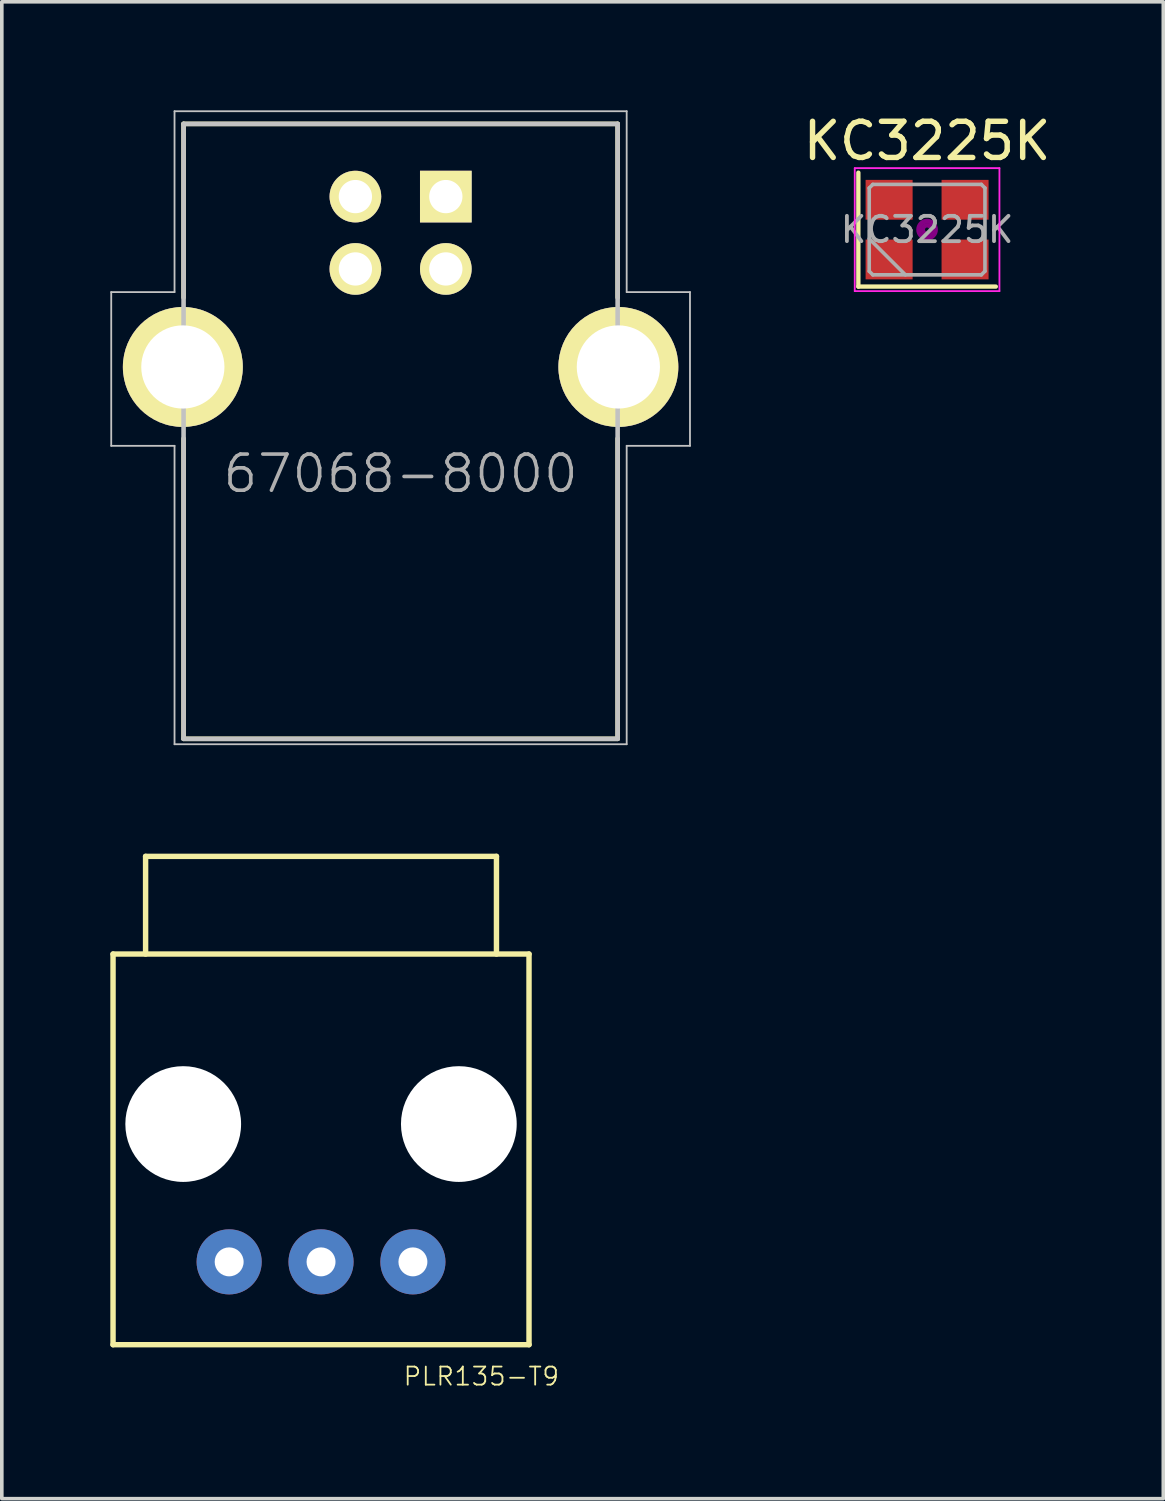
<source format=kicad_pcb>
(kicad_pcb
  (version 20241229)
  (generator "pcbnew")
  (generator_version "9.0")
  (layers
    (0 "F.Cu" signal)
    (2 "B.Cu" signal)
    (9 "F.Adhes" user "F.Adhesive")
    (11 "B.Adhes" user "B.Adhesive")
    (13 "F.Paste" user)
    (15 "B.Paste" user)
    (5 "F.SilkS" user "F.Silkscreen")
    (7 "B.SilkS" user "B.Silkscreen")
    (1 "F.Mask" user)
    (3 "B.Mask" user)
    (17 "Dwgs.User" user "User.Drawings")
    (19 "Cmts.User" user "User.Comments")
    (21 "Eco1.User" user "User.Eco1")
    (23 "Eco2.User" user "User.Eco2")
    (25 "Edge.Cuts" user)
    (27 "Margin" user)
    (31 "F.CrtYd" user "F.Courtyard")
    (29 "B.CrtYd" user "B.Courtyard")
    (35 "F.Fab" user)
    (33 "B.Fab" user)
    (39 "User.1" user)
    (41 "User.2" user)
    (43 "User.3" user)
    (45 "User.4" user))
  (footprint "KC3225K"
    (layer "F.Cu")
    (at 22.58 3.298)
    (property "Reference" "KC3225K" (at 0 -2.45 0) (layer "F.SilkS") (effects (font (size 1 1) (thickness 0.15))))
    (attr smd)
    (fp_line (start -1.9 -1.575) (end -1.9 1.575) (stroke (width 0.12) (type solid)) (layer "F.SilkS"))
    (fp_line (start -1.9 1.575) (end 1.9 1.575) (stroke (width 0.12) (type solid)) (layer "F.SilkS"))
    (fp_circle (center 0 0) (end 0.058 0) (stroke (width 0.117) (type solid)) (fill no) (layer "F.Adhes"))
    (fp_circle (center 0 0) (end 0.133 0) (stroke (width 0.083) (type solid)) (fill no) (layer "F.Adhes"))
    (fp_circle (center 0 0) (end 0.208 0) (stroke (width 0.083) (type solid)) (fill no) (layer "F.Adhes"))
    (fp_circle (center 0 0) (end 0.25 0) (stroke (width 0.1) (type solid)) (fill no) (layer "F.Adhes"))
    (fp_line (start -2 -1.7) (end -2 1.7) (stroke (width 0.05) (type solid)) (layer "F.CrtYd"))
    (fp_line (start -2 1.7) (end 2 1.7) (stroke (width 0.05) (type solid)) (layer "F.CrtYd"))
    (fp_line (start 2 -1.7) (end -2 -1.7) (stroke (width 0.05) (type solid)) (layer "F.CrtYd"))
    (fp_line (start 2 1.7) (end 2 -1.7) (stroke (width 0.05) (type solid)) (layer "F.CrtYd"))
    (fp_line (start -1.6 -1.15) (end -1.5 -1.25) (stroke (width 0.1) (type solid)) (layer "F.Fab"))
    (fp_line (start -1.6 0.25) (end -0.6 1.25) (stroke (width 0.1) (type solid)) (layer "F.Fab"))
    (fp_line (start -1.6 1.15) (end -1.6 -1.15) (stroke (width 0.1) (type solid)) (layer "F.Fab"))
    (fp_line (start -1.5 -1.25) (end 1.5 -1.25) (stroke (width 0.1) (type solid)) (layer "F.Fab"))
    (fp_line (start -1.5 1.25) (end -1.6 1.15) (stroke (width 0.1) (type solid)) (layer "F.Fab"))
    (fp_line (start 1.5 -1.25) (end 1.6 -1.15) (stroke (width 0.1) (type solid)) (layer "F.Fab"))
    (fp_line (start 1.5 1.25) (end -1.5 1.25) (stroke (width 0.1) (type solid)) (layer "F.Fab"))
    (fp_line (start 1.6 -1.15) (end 1.6 1.15) (stroke (width 0.1) (type solid)) (layer "F.Fab"))
    (fp_line (start 1.6 1.15) (end 1.5 1.25) (stroke (width 0.1) (type solid)) (layer "F.Fab"))
    (fp_text user "${REFERENCE}" (at 0 0 0) (layer "F.Fab") (effects (font (size 0.7 0.7) (thickness 0.105))))
    (pad "1" smd rect (at -1.05 0.825) (size 1.3 1.1) (layers "F.Cu" "F.Mask" "F.Paste"))
    (pad "2" smd rect (at 1.05 0.825) (size 1.3 1.1) (layers "F.Cu" "F.Mask" "F.Paste"))
    (pad "3" smd rect (at 1.05 -0.825) (size 1.3 1.1) (layers "F.Cu" "F.Mask" "F.Paste"))
    (pad "4" smd rect (at -1.05 -0.825) (size 1.3 1.1) (layers "F.Cu" "F.Mask" "F.Paste")))
  (footprint "67068-8000"
    (layer "F.Cu")
    (at 8.025 7.095)
    (property "Reference" "67068-8000" (at 0 2.95 0) (layer "F.Fab") (effects (font (size 1 1) (thickness 0.1))))
    (attr through_hole)
    (fp_line (start -6 -6.72) (end -6 -1.92) (stroke (width 0.127) (type solid)) (layer "F.SilkS"))
    (fp_line (start -6 10.28) (end -6 1.98) (stroke (width 0.127) (type solid)) (layer "F.SilkS"))
    (fp_line (start -6 10.28) (end 6 10.28) (stroke (width 0.127) (type solid)) (layer "F.SilkS"))
    (fp_line (start 6 -6.72) (end -6 -6.72) (stroke (width 0.127) (type solid)) (layer "F.SilkS"))
    (fp_line (start 6 -6.72) (end 6 -1.92) (stroke (width 0.127) (type solid)) (layer "F.SilkS"))
    (fp_line (start 6 10.28) (end 6 1.98) (stroke (width 0.127) (type solid)) (layer "F.SilkS"))
    (fp_line (start -8 -2.07) (end -6.25 -2.07) (stroke (width 0.05) (type solid)) (layer "Dwgs.User"))
    (fp_line (start -8 2.18) (end -8 -2.07) (stroke (width 0.05) (type solid)) (layer "Dwgs.User"))
    (fp_line (start -6.25 -7.07) (end 6.25 -7.07) (stroke (width 0.05) (type solid)) (layer "Dwgs.User"))
    (fp_line (start -6.25 -2.07) (end -6.25 -7.07) (stroke (width 0.05) (type solid)) (layer "Dwgs.User"))
    (fp_line (start -6.25 2.18) (end -8 2.18) (stroke (width 0.05) (type solid)) (layer "Dwgs.User"))
    (fp_line (start -6.25 10.43) (end -6.25 2.18) (stroke (width 0.05) (type solid)) (layer "Dwgs.User"))
    (fp_line (start -6 -6.72) (end -6 10.28) (stroke (width 0.127) (type solid)) (layer "Dwgs.User"))
    (fp_line (start -6 10.28) (end 6 10.28) (stroke (width 0.127) (type solid)) (layer "Dwgs.User"))
    (fp_line (start 6 -6.72) (end -6 -6.72) (stroke (width 0.127) (type solid)) (layer "Dwgs.User"))
    (fp_line (start 6 10.28) (end 6 -6.72) (stroke (width 0.127) (type solid)) (layer "Dwgs.User"))
    (fp_line (start 6.25 -7.07) (end 6.25 -2.07) (stroke (width 0.05) (type solid)) (layer "Dwgs.User"))
    (fp_line (start 6.25 -2.07) (end 8 -2.07) (stroke (width 0.05) (type solid)) (layer "Dwgs.User"))
    (fp_line (start 6.25 2.18) (end 6.25 10.43) (stroke (width 0.05) (type solid)) (layer "Dwgs.User"))
    (fp_line (start 6.25 10.43) (end -6.25 10.43) (stroke (width 0.05) (type solid)) (layer "Dwgs.User"))
    (fp_line (start 8 -2.07) (end 8 2.18) (stroke (width 0.05) (type solid)) (layer "Dwgs.User"))
    (fp_line (start 8 2.18) (end 6.25 2.18) (stroke (width 0.05) (type solid)) (layer "Dwgs.User"))
    (fp_circle (center 1.25 -4.71) (end 1.35 -4.71) (stroke (width 0.2) (type solid)) (fill no) (layer "Dwgs.User"))
    (pad "1" thru_hole rect (at 1.25 -4.71) (size 1.428 1.428) (drill 0.92) (layers "*.Cu" "*.Mask" "F.SilkS"))
    (pad "2" thru_hole circle (at -1.25 -4.71) (size 1.428 1.428) (drill 0.92) (layers "*.Cu" "*.Mask" "F.SilkS"))
    (pad "3" thru_hole circle (at -1.25 -2.71) (size 1.428 1.428) (drill 0.92) (layers "*.Cu" "*.Mask" "F.SilkS"))
    (pad "4" thru_hole circle (at 1.25 -2.71) (size 1.428 1.428) (drill 0.92) (layers "*.Cu" "*.Mask" "F.SilkS"))
    (pad "5" thru_hole circle (at -6.02 0) (size 3.316 3.316) (drill 2.3) (layers "*.Cu" "*.Mask" "F.SilkS"))
    (pad "6" thru_hole circle (at 6.02 0) (size 3.316 3.316) (drill 2.3) (layers "*.Cu" "*.Mask" "F.SilkS")))
  (footprint "PLR135-T9"
    (layer "F.Cu")
    (at 5.825 31.835)
    (property "Reference" "PLR135-T9" (at 4.432 3.166 0) (layer "F.SilkS") (effects (font (size 0.5 0.5) (thickness 0.05))))
    (attr through_hole)
    (fp_line (start -5.75 -8.51) (end -5.75 2.29) (stroke (width 0.15) (type solid)) (layer "F.SilkS"))
    (fp_line (start -5.75 -8.51) (end 5.75 -8.51) (stroke (width 0.15) (type solid)) (layer "F.SilkS"))
    (fp_line (start -5.75 2.29) (end 5.75 2.29) (stroke (width 0.15) (type solid)) (layer "F.SilkS"))
    (fp_line (start -4.85 -11.21) (end -4.85 -8.51) (stroke (width 0.15) (type solid)) (layer "F.SilkS"))
    (fp_line (start 4.85 -11.21) (end -4.85 -11.21) (stroke (width 0.15) (type solid)) (layer "F.SilkS"))
    (fp_line (start 4.85 -11.21) (end 4.85 -8.51) (stroke (width 0.15) (type solid)) (layer "F.SilkS"))
    (fp_line (start 5.75 -8.51) (end 5.75 2.29) (stroke (width 0.15) (type solid)) (layer "F.SilkS"))
    (pad "" np_thru_hole circle (at -3.81 -3.81) (size 3.2 3.2) (drill 3.2) (layers "*.Cu" "*.Mask"))
    (pad "" np_thru_hole circle (at 3.81 -3.81) (size 3.2 3.2) (drill 3.2) (layers "*.Cu" "*.Mask"))
    (pad "1" thru_hole circle (at 2.54 0) (size 1.8 1.8) (drill 0.8) (layers "*.Cu" "*.Mask"))
    (pad "2" thru_hole circle (at 0 0) (size 1.8 1.8) (drill 0.8) (layers "*.Cu" "*.Mask"))
    (pad "3" thru_hole circle (at -2.54 0) (size 1.8 1.8) (drill 0.8) (layers "*.Cu" "*.Mask")))
  (gr_rect
    (start -3 -3)
    (end 29.11 38.381)
    (stroke (width 0.1) (type default))
    (fill no)
    (layer "Edge.Cuts")))
</source>
